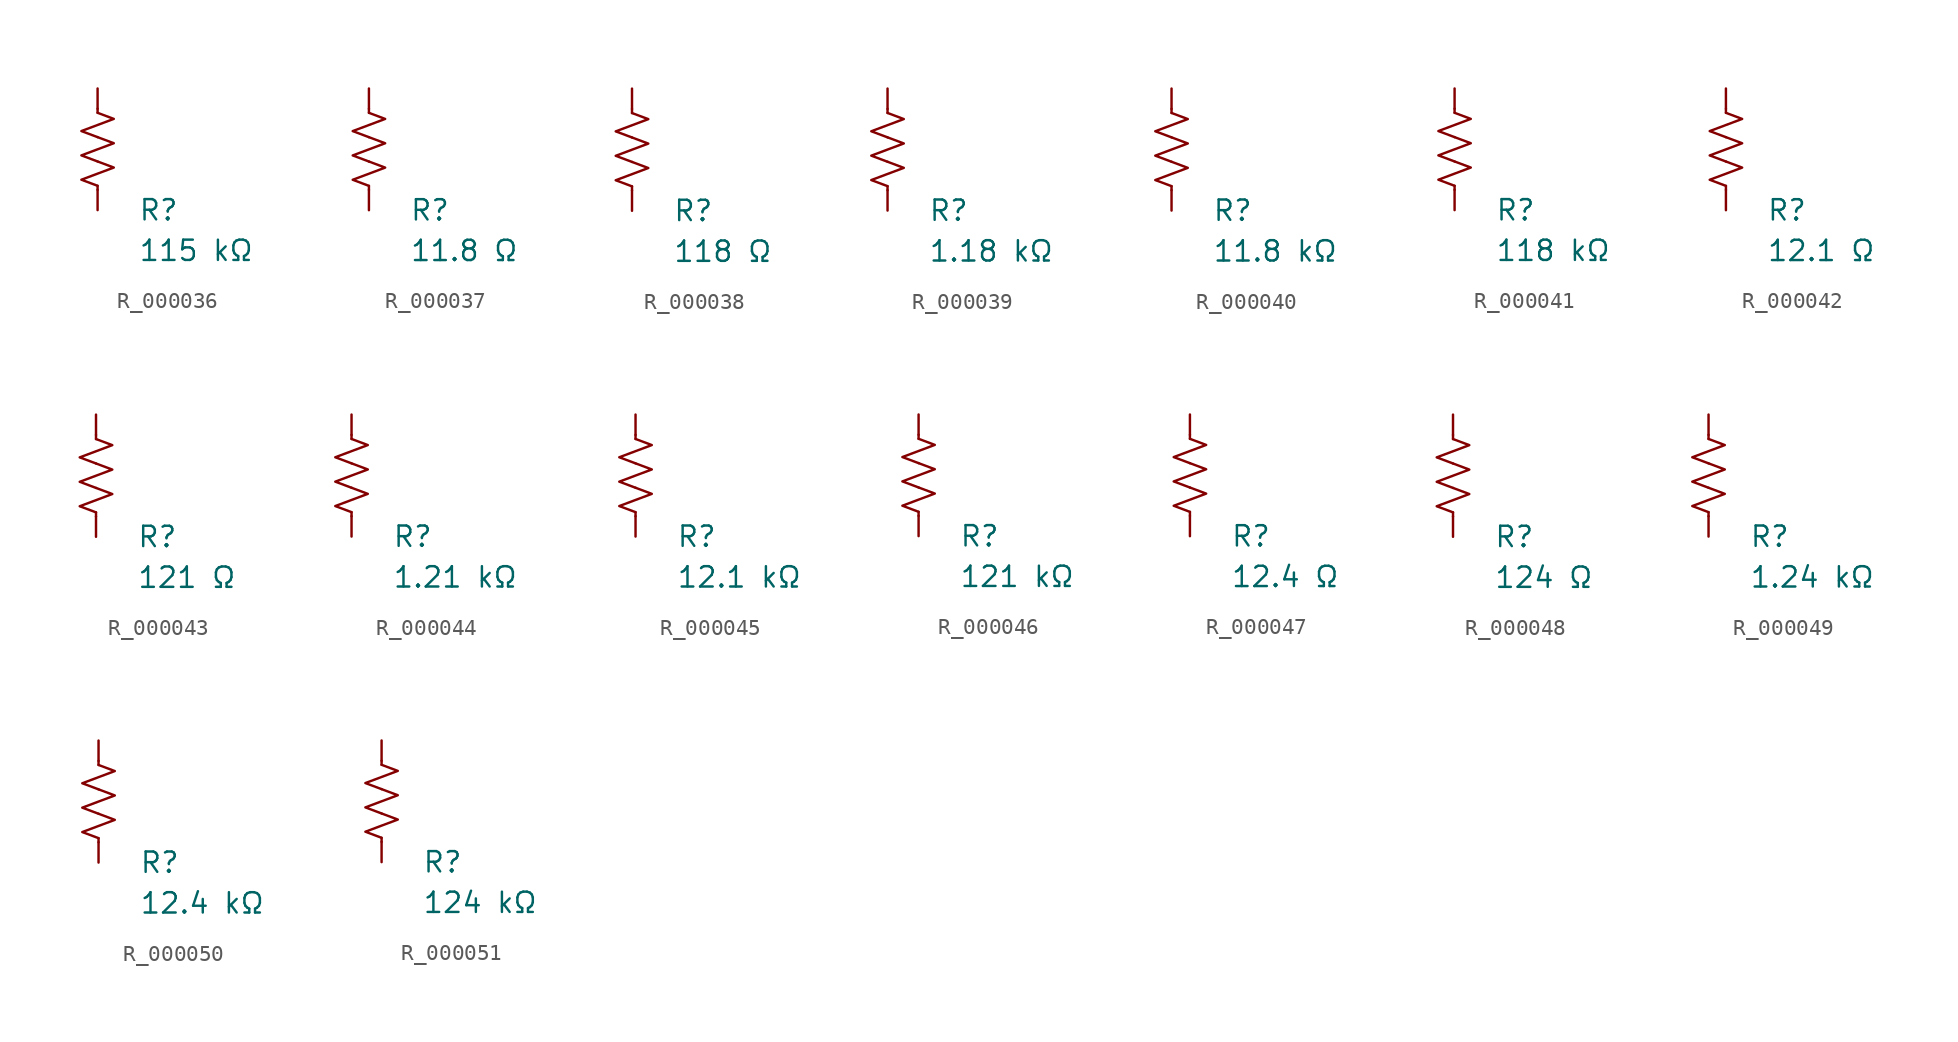
<source format=kicad_sym>
(kicad_symbol_lib
  (version 20231120)
  (generator "kicad_symbol_editor")
  (generator_version "8.0")
  (symbol "R_000036"
    (pin_numbers hide)
    (pin_names
      (offset 0))
    (property "Reference" "R"
      (at 2.54 -3.81 0)
      (effects (font (size 1.27 1.27)) (justify left))
      (show_name no))
    (property "Value" "115 kΩ"
      (at 2.54 -6.35 0)
      (effects (font (size 1.27 1.27)) (justify left))
      (show_name no))
    (symbol "R_000036_0_1"
      (polyline (pts (xy 0 -2.286) (xy 0 -2.54)) (stroke (width 0) (type default)) (fill (type none)))
      (polyline (pts (xy 0 2.286) (xy 0 2.54)) (stroke (width 0) (type default)) (fill (type none)))
      (polyline (pts (xy 0 -0.762) (xy 1.016 -1.143) (xy 0 -1.524) (xy -1.016 -1.905) (xy 0 -2.286)) (stroke (width 0) (type default)) (fill (type none)))
      (polyline (pts (xy 0 0.762) (xy 1.016 0.381) (xy 0 0) (xy -1.016 -0.381) (xy 0 -0.762)) (stroke (width 0) (type default)) (fill (type none)))
      (polyline (pts (xy 0 2.286) (xy 1.016 1.905) (xy 0 1.524) (xy -1.016 1.143) (xy 0 0.762)) (stroke (width 0) (type default)) (fill (type none))))
    (symbol "R_000036_1_1"
      (pin passive line (at 0 3.81 270) (length 1.27) (name "~" (effects (font (size 1.27 1.27)))) (number "1" (effects (font (size 1.27 1.27)))))
      (pin passive line (at 0 -3.81 90) (length 1.27) (name "~" (effects (font (size 1.27 1.27)))) (number "2" (effects (font (size 1.27 1.27)))))))
  (symbol "R_000037"
    (pin_numbers hide)
    (pin_names
      (offset 0))
    (property "Reference" "R"
      (at 2.54 -3.81 0)
      (effects (font (size 1.27 1.27)) (justify left))
      (show_name no))
    (property "Value" "11.8 Ω"
      (at 2.54 -6.35 0)
      (effects (font (size 1.27 1.27)) (justify left))
      (show_name no))
    (symbol "R_000037_0_1"
      (polyline (pts (xy 0 -2.286) (xy 0 -2.54)) (stroke (width 0) (type default)) (fill (type none)))
      (polyline (pts (xy 0 2.286) (xy 0 2.54)) (stroke (width 0) (type default)) (fill (type none)))
      (polyline (pts (xy 0 -0.762) (xy 1.016 -1.143) (xy 0 -1.524) (xy -1.016 -1.905) (xy 0 -2.286)) (stroke (width 0) (type default)) (fill (type none)))
      (polyline (pts (xy 0 0.762) (xy 1.016 0.381) (xy 0 0) (xy -1.016 -0.381) (xy 0 -0.762)) (stroke (width 0) (type default)) (fill (type none)))
      (polyline (pts (xy 0 2.286) (xy 1.016 1.905) (xy 0 1.524) (xy -1.016 1.143) (xy 0 0.762)) (stroke (width 0) (type default)) (fill (type none))))
    (symbol "R_000037_1_1"
      (pin passive line (at 0 3.81 270) (length 1.27) (name "~" (effects (font (size 1.27 1.27)))) (number "1" (effects (font (size 1.27 1.27)))))
      (pin passive line (at 0 -3.81 90) (length 1.27) (name "~" (effects (font (size 1.27 1.27)))) (number "2" (effects (font (size 1.27 1.27)))))))
  (symbol "R_000038"
    (pin_numbers hide)
    (pin_names
      (offset 0))
    (property "Reference" "R"
      (at 2.54 -3.81 0)
      (effects (font (size 1.27 1.27)) (justify left))
      (show_name no))
    (property "Value" "118 Ω"
      (at 2.54 -6.35 0)
      (effects (font (size 1.27 1.27)) (justify left))
      (show_name no))
    (symbol "R_000038_0_1"
      (polyline (pts (xy 0 -2.286) (xy 0 -2.54)) (stroke (width 0) (type default)) (fill (type none)))
      (polyline (pts (xy 0 2.286) (xy 0 2.54)) (stroke (width 0) (type default)) (fill (type none)))
      (polyline (pts (xy 0 -0.762) (xy 1.016 -1.143) (xy 0 -1.524) (xy -1.016 -1.905) (xy 0 -2.286)) (stroke (width 0) (type default)) (fill (type none)))
      (polyline (pts (xy 0 0.762) (xy 1.016 0.381) (xy 0 0) (xy -1.016 -0.381) (xy 0 -0.762)) (stroke (width 0) (type default)) (fill (type none)))
      (polyline (pts (xy 0 2.286) (xy 1.016 1.905) (xy 0 1.524) (xy -1.016 1.143) (xy 0 0.762)) (stroke (width 0) (type default)) (fill (type none))))
    (symbol "R_000038_1_1"
      (pin passive line (at 0 3.81 270) (length 1.27) (name "~" (effects (font (size 1.27 1.27)))) (number "1" (effects (font (size 1.27 1.27)))))
      (pin passive line (at 0 -3.81 90) (length 1.27) (name "~" (effects (font (size 1.27 1.27)))) (number "2" (effects (font (size 1.27 1.27)))))))
  (symbol "R_000039"
    (pin_numbers hide)
    (pin_names
      (offset 0))
    (property "Reference" "R"
      (at 2.54 -3.81 0)
      (effects (font (size 1.27 1.27)) (justify left))
      (show_name no))
    (property "Value" "1.18 kΩ"
      (at 2.54 -6.35 0)
      (effects (font (size 1.27 1.27)) (justify left))
      (show_name no))
    (symbol "R_000039_0_1"
      (polyline (pts (xy 0 -2.286) (xy 0 -2.54)) (stroke (width 0) (type default)) (fill (type none)))
      (polyline (pts (xy 0 2.286) (xy 0 2.54)) (stroke (width 0) (type default)) (fill (type none)))
      (polyline (pts (xy 0 -0.762) (xy 1.016 -1.143) (xy 0 -1.524) (xy -1.016 -1.905) (xy 0 -2.286)) (stroke (width 0) (type default)) (fill (type none)))
      (polyline (pts (xy 0 0.762) (xy 1.016 0.381) (xy 0 0) (xy -1.016 -0.381) (xy 0 -0.762)) (stroke (width 0) (type default)) (fill (type none)))
      (polyline (pts (xy 0 2.286) (xy 1.016 1.905) (xy 0 1.524) (xy -1.016 1.143) (xy 0 0.762)) (stroke (width 0) (type default)) (fill (type none))))
    (symbol "R_000039_1_1"
      (pin passive line (at 0 3.81 270) (length 1.27) (name "~" (effects (font (size 1.27 1.27)))) (number "1" (effects (font (size 1.27 1.27)))))
      (pin passive line (at 0 -3.81 90) (length 1.27) (name "~" (effects (font (size 1.27 1.27)))) (number "2" (effects (font (size 1.27 1.27)))))))
  (symbol "R_000040"
    (pin_numbers hide)
    (pin_names
      (offset 0))
    (property "Reference" "R"
      (at 2.54 -3.81 0)
      (effects (font (size 1.27 1.27)) (justify left))
      (show_name no))
    (property "Value" "11.8 kΩ"
      (at 2.54 -6.35 0)
      (effects (font (size 1.27 1.27)) (justify left))
      (show_name no))
    (symbol "R_000040_0_1"
      (polyline (pts (xy 0 -2.286) (xy 0 -2.54)) (stroke (width 0) (type default)) (fill (type none)))
      (polyline (pts (xy 0 2.286) (xy 0 2.54)) (stroke (width 0) (type default)) (fill (type none)))
      (polyline (pts (xy 0 -0.762) (xy 1.016 -1.143) (xy 0 -1.524) (xy -1.016 -1.905) (xy 0 -2.286)) (stroke (width 0) (type default)) (fill (type none)))
      (polyline (pts (xy 0 0.762) (xy 1.016 0.381) (xy 0 0) (xy -1.016 -0.381) (xy 0 -0.762)) (stroke (width 0) (type default)) (fill (type none)))
      (polyline (pts (xy 0 2.286) (xy 1.016 1.905) (xy 0 1.524) (xy -1.016 1.143) (xy 0 0.762)) (stroke (width 0) (type default)) (fill (type none))))
    (symbol "R_000040_1_1"
      (pin passive line (at 0 3.81 270) (length 1.27) (name "~" (effects (font (size 1.27 1.27)))) (number "1" (effects (font (size 1.27 1.27)))))
      (pin passive line (at 0 -3.81 90) (length 1.27) (name "~" (effects (font (size 1.27 1.27)))) (number "2" (effects (font (size 1.27 1.27)))))))
  (symbol "R_000041"
    (pin_numbers hide)
    (pin_names
      (offset 0))
    (property "Reference" "R"
      (at 2.54 -3.81 0)
      (effects (font (size 1.27 1.27)) (justify left))
      (show_name no))
    (property "Value" "118 kΩ"
      (at 2.54 -6.35 0)
      (effects (font (size 1.27 1.27)) (justify left))
      (show_name no))
    (symbol "R_000041_0_1"
      (polyline (pts (xy 0 -2.286) (xy 0 -2.54)) (stroke (width 0) (type default)) (fill (type none)))
      (polyline (pts (xy 0 2.286) (xy 0 2.54)) (stroke (width 0) (type default)) (fill (type none)))
      (polyline (pts (xy 0 -0.762) (xy 1.016 -1.143) (xy 0 -1.524) (xy -1.016 -1.905) (xy 0 -2.286)) (stroke (width 0) (type default)) (fill (type none)))
      (polyline (pts (xy 0 0.762) (xy 1.016 0.381) (xy 0 0) (xy -1.016 -0.381) (xy 0 -0.762)) (stroke (width 0) (type default)) (fill (type none)))
      (polyline (pts (xy 0 2.286) (xy 1.016 1.905) (xy 0 1.524) (xy -1.016 1.143) (xy 0 0.762)) (stroke (width 0) (type default)) (fill (type none))))
    (symbol "R_000041_1_1"
      (pin passive line (at 0 3.81 270) (length 1.27) (name "~" (effects (font (size 1.27 1.27)))) (number "1" (effects (font (size 1.27 1.27)))))
      (pin passive line (at 0 -3.81 90) (length 1.27) (name "~" (effects (font (size 1.27 1.27)))) (number "2" (effects (font (size 1.27 1.27)))))))
  (symbol "R_000042"
    (pin_numbers hide)
    (pin_names
      (offset 0))
    (property "Reference" "R"
      (at 2.54 -3.81 0)
      (effects (font (size 1.27 1.27)) (justify left))
      (show_name no))
    (property "Value" "12.1 Ω"
      (at 2.54 -6.35 0)
      (effects (font (size 1.27 1.27)) (justify left))
      (show_name no))
    (symbol "R_000042_0_1"
      (polyline (pts (xy 0 -2.286) (xy 0 -2.54)) (stroke (width 0) (type default)) (fill (type none)))
      (polyline (pts (xy 0 2.286) (xy 0 2.54)) (stroke (width 0) (type default)) (fill (type none)))
      (polyline (pts (xy 0 -0.762) (xy 1.016 -1.143) (xy 0 -1.524) (xy -1.016 -1.905) (xy 0 -2.286)) (stroke (width 0) (type default)) (fill (type none)))
      (polyline (pts (xy 0 0.762) (xy 1.016 0.381) (xy 0 0) (xy -1.016 -0.381) (xy 0 -0.762)) (stroke (width 0) (type default)) (fill (type none)))
      (polyline (pts (xy 0 2.286) (xy 1.016 1.905) (xy 0 1.524) (xy -1.016 1.143) (xy 0 0.762)) (stroke (width 0) (type default)) (fill (type none))))
    (symbol "R_000042_1_1"
      (pin passive line (at 0 3.81 270) (length 1.27) (name "~" (effects (font (size 1.27 1.27)))) (number "1" (effects (font (size 1.27 1.27)))))
      (pin passive line (at 0 -3.81 90) (length 1.27) (name "~" (effects (font (size 1.27 1.27)))) (number "2" (effects (font (size 1.27 1.27)))))))
  (symbol "R_000043"
    (pin_numbers hide)
    (pin_names
      (offset 0))
    (property "Reference" "R"
      (at 2.54 -3.81 0)
      (effects (font (size 1.27 1.27)) (justify left))
      (show_name no))
    (property "Value" "121 Ω"
      (at 2.54 -6.35 0)
      (effects (font (size 1.27 1.27)) (justify left))
      (show_name no))
    (symbol "R_000043_0_1"
      (polyline (pts (xy 0 -2.286) (xy 0 -2.54)) (stroke (width 0) (type default)) (fill (type none)))
      (polyline (pts (xy 0 2.286) (xy 0 2.54)) (stroke (width 0) (type default)) (fill (type none)))
      (polyline (pts (xy 0 -0.762) (xy 1.016 -1.143) (xy 0 -1.524) (xy -1.016 -1.905) (xy 0 -2.286)) (stroke (width 0) (type default)) (fill (type none)))
      (polyline (pts (xy 0 0.762) (xy 1.016 0.381) (xy 0 0) (xy -1.016 -0.381) (xy 0 -0.762)) (stroke (width 0) (type default)) (fill (type none)))
      (polyline (pts (xy 0 2.286) (xy 1.016 1.905) (xy 0 1.524) (xy -1.016 1.143) (xy 0 0.762)) (stroke (width 0) (type default)) (fill (type none))))
    (symbol "R_000043_1_1"
      (pin passive line (at 0 3.81 270) (length 1.27) (name "~" (effects (font (size 1.27 1.27)))) (number "1" (effects (font (size 1.27 1.27)))))
      (pin passive line (at 0 -3.81 90) (length 1.27) (name "~" (effects (font (size 1.27 1.27)))) (number "2" (effects (font (size 1.27 1.27)))))))
  (symbol "R_000044"
    (pin_numbers hide)
    (pin_names
      (offset 0))
    (property "Reference" "R"
      (at 2.54 -3.81 0)
      (effects (font (size 1.27 1.27)) (justify left))
      (show_name no))
    (property "Value" "1.21 kΩ"
      (at 2.54 -6.35 0)
      (effects (font (size 1.27 1.27)) (justify left))
      (show_name no))
    (symbol "R_000044_0_1"
      (polyline (pts (xy 0 -2.286) (xy 0 -2.54)) (stroke (width 0) (type default)) (fill (type none)))
      (polyline (pts (xy 0 2.286) (xy 0 2.54)) (stroke (width 0) (type default)) (fill (type none)))
      (polyline (pts (xy 0 -0.762) (xy 1.016 -1.143) (xy 0 -1.524) (xy -1.016 -1.905) (xy 0 -2.286)) (stroke (width 0) (type default)) (fill (type none)))
      (polyline (pts (xy 0 0.762) (xy 1.016 0.381) (xy 0 0) (xy -1.016 -0.381) (xy 0 -0.762)) (stroke (width 0) (type default)) (fill (type none)))
      (polyline (pts (xy 0 2.286) (xy 1.016 1.905) (xy 0 1.524) (xy -1.016 1.143) (xy 0 0.762)) (stroke (width 0) (type default)) (fill (type none))))
    (symbol "R_000044_1_1"
      (pin passive line (at 0 3.81 270) (length 1.27) (name "~" (effects (font (size 1.27 1.27)))) (number "1" (effects (font (size 1.27 1.27)))))
      (pin passive line (at 0 -3.81 90) (length 1.27) (name "~" (effects (font (size 1.27 1.27)))) (number "2" (effects (font (size 1.27 1.27)))))))
  (symbol "R_000045"
    (pin_numbers hide)
    (pin_names
      (offset 0))
    (property "Reference" "R"
      (at 2.54 -3.81 0)
      (effects (font (size 1.27 1.27)) (justify left))
      (show_name no))
    (property "Value" "12.1 kΩ"
      (at 2.54 -6.35 0)
      (effects (font (size 1.27 1.27)) (justify left))
      (show_name no))
    (symbol "R_000045_0_1"
      (polyline (pts (xy 0 -2.286) (xy 0 -2.54)) (stroke (width 0) (type default)) (fill (type none)))
      (polyline (pts (xy 0 2.286) (xy 0 2.54)) (stroke (width 0) (type default)) (fill (type none)))
      (polyline (pts (xy 0 -0.762) (xy 1.016 -1.143) (xy 0 -1.524) (xy -1.016 -1.905) (xy 0 -2.286)) (stroke (width 0) (type default)) (fill (type none)))
      (polyline (pts (xy 0 0.762) (xy 1.016 0.381) (xy 0 0) (xy -1.016 -0.381) (xy 0 -0.762)) (stroke (width 0) (type default)) (fill (type none)))
      (polyline (pts (xy 0 2.286) (xy 1.016 1.905) (xy 0 1.524) (xy -1.016 1.143) (xy 0 0.762)) (stroke (width 0) (type default)) (fill (type none))))
    (symbol "R_000045_1_1"
      (pin passive line (at 0 3.81 270) (length 1.27) (name "~" (effects (font (size 1.27 1.27)))) (number "1" (effects (font (size 1.27 1.27)))))
      (pin passive line (at 0 -3.81 90) (length 1.27) (name "~" (effects (font (size 1.27 1.27)))) (number "2" (effects (font (size 1.27 1.27)))))))
  (symbol "R_000046"
    (pin_numbers hide)
    (pin_names
      (offset 0))
    (property "Reference" "R"
      (at 2.54 -3.81 0)
      (effects (font (size 1.27 1.27)) (justify left))
      (show_name no))
    (property "Value" "121 kΩ"
      (at 2.54 -6.35 0)
      (effects (font (size 1.27 1.27)) (justify left))
      (show_name no))
    (symbol "R_000046_0_1"
      (polyline (pts (xy 0 -2.286) (xy 0 -2.54)) (stroke (width 0) (type default)) (fill (type none)))
      (polyline (pts (xy 0 2.286) (xy 0 2.54)) (stroke (width 0) (type default)) (fill (type none)))
      (polyline (pts (xy 0 -0.762) (xy 1.016 -1.143) (xy 0 -1.524) (xy -1.016 -1.905) (xy 0 -2.286)) (stroke (width 0) (type default)) (fill (type none)))
      (polyline (pts (xy 0 0.762) (xy 1.016 0.381) (xy 0 0) (xy -1.016 -0.381) (xy 0 -0.762)) (stroke (width 0) (type default)) (fill (type none)))
      (polyline (pts (xy 0 2.286) (xy 1.016 1.905) (xy 0 1.524) (xy -1.016 1.143) (xy 0 0.762)) (stroke (width 0) (type default)) (fill (type none))))
    (symbol "R_000046_1_1"
      (pin passive line (at 0 3.81 270) (length 1.27) (name "~" (effects (font (size 1.27 1.27)))) (number "1" (effects (font (size 1.27 1.27)))))
      (pin passive line (at 0 -3.81 90) (length 1.27) (name "~" (effects (font (size 1.27 1.27)))) (number "2" (effects (font (size 1.27 1.27)))))))
  (symbol "R_000047"
    (pin_numbers hide)
    (pin_names
      (offset 0))
    (property "Reference" "R"
      (at 2.54 -3.81 0)
      (effects (font (size 1.27 1.27)) (justify left))
      (show_name no))
    (property "Value" "12.4 Ω"
      (at 2.54 -6.35 0)
      (effects (font (size 1.27 1.27)) (justify left))
      (show_name no))
    (symbol "R_000047_0_1"
      (polyline (pts (xy 0 -2.286) (xy 0 -2.54)) (stroke (width 0) (type default)) (fill (type none)))
      (polyline (pts (xy 0 2.286) (xy 0 2.54)) (stroke (width 0) (type default)) (fill (type none)))
      (polyline (pts (xy 0 -0.762) (xy 1.016 -1.143) (xy 0 -1.524) (xy -1.016 -1.905) (xy 0 -2.286)) (stroke (width 0) (type default)) (fill (type none)))
      (polyline (pts (xy 0 0.762) (xy 1.016 0.381) (xy 0 0) (xy -1.016 -0.381) (xy 0 -0.762)) (stroke (width 0) (type default)) (fill (type none)))
      (polyline (pts (xy 0 2.286) (xy 1.016 1.905) (xy 0 1.524) (xy -1.016 1.143) (xy 0 0.762)) (stroke (width 0) (type default)) (fill (type none))))
    (symbol "R_000047_1_1"
      (pin passive line (at 0 3.81 270) (length 1.27) (name "~" (effects (font (size 1.27 1.27)))) (number "1" (effects (font (size 1.27 1.27)))))
      (pin passive line (at 0 -3.81 90) (length 1.27) (name "~" (effects (font (size 1.27 1.27)))) (number "2" (effects (font (size 1.27 1.27)))))))
  (symbol "R_000048"
    (pin_numbers hide)
    (pin_names
      (offset 0))
    (property "Reference" "R"
      (at 2.54 -3.81 0)
      (effects (font (size 1.27 1.27)) (justify left))
      (show_name no))
    (property "Value" "124 Ω"
      (at 2.54 -6.35 0)
      (effects (font (size 1.27 1.27)) (justify left))
      (show_name no))
    (symbol "R_000048_0_1"
      (polyline (pts (xy 0 -2.286) (xy 0 -2.54)) (stroke (width 0) (type default)) (fill (type none)))
      (polyline (pts (xy 0 2.286) (xy 0 2.54)) (stroke (width 0) (type default)) (fill (type none)))
      (polyline (pts (xy 0 -0.762) (xy 1.016 -1.143) (xy 0 -1.524) (xy -1.016 -1.905) (xy 0 -2.286)) (stroke (width 0) (type default)) (fill (type none)))
      (polyline (pts (xy 0 0.762) (xy 1.016 0.381) (xy 0 0) (xy -1.016 -0.381) (xy 0 -0.762)) (stroke (width 0) (type default)) (fill (type none)))
      (polyline (pts (xy 0 2.286) (xy 1.016 1.905) (xy 0 1.524) (xy -1.016 1.143) (xy 0 0.762)) (stroke (width 0) (type default)) (fill (type none))))
    (symbol "R_000048_1_1"
      (pin passive line (at 0 3.81 270) (length 1.27) (name "~" (effects (font (size 1.27 1.27)))) (number "1" (effects (font (size 1.27 1.27)))))
      (pin passive line (at 0 -3.81 90) (length 1.27) (name "~" (effects (font (size 1.27 1.27)))) (number "2" (effects (font (size 1.27 1.27)))))))
  (symbol "R_000049"
    (pin_numbers hide)
    (pin_names
      (offset 0))
    (property "Reference" "R"
      (at 2.54 -3.81 0)
      (effects (font (size 1.27 1.27)) (justify left))
      (show_name no))
    (property "Value" "1.24 kΩ"
      (at 2.54 -6.35 0)
      (effects (font (size 1.27 1.27)) (justify left))
      (show_name no))
    (symbol "R_000049_0_1"
      (polyline (pts (xy 0 -2.286) (xy 0 -2.54)) (stroke (width 0) (type default)) (fill (type none)))
      (polyline (pts (xy 0 2.286) (xy 0 2.54)) (stroke (width 0) (type default)) (fill (type none)))
      (polyline (pts (xy 0 -0.762) (xy 1.016 -1.143) (xy 0 -1.524) (xy -1.016 -1.905) (xy 0 -2.286)) (stroke (width 0) (type default)) (fill (type none)))
      (polyline (pts (xy 0 0.762) (xy 1.016 0.381) (xy 0 0) (xy -1.016 -0.381) (xy 0 -0.762)) (stroke (width 0) (type default)) (fill (type none)))
      (polyline (pts (xy 0 2.286) (xy 1.016 1.905) (xy 0 1.524) (xy -1.016 1.143) (xy 0 0.762)) (stroke (width 0) (type default)) (fill (type none))))
    (symbol "R_000049_1_1"
      (pin passive line (at 0 3.81 270) (length 1.27) (name "~" (effects (font (size 1.27 1.27)))) (number "1" (effects (font (size 1.27 1.27)))))
      (pin passive line (at 0 -3.81 90) (length 1.27) (name "~" (effects (font (size 1.27 1.27)))) (number "2" (effects (font (size 1.27 1.27)))))))
  (symbol "R_000050"
    (pin_numbers hide)
    (pin_names
      (offset 0))
    (property "Reference" "R"
      (at 2.54 -3.81 0)
      (effects (font (size 1.27 1.27)) (justify left))
      (show_name no))
    (property "Value" "12.4 kΩ"
      (at 2.54 -6.35 0)
      (effects (font (size 1.27 1.27)) (justify left))
      (show_name no))
    (symbol "R_000050_0_1"
      (polyline (pts (xy 0 -2.286) (xy 0 -2.54)) (stroke (width 0) (type default)) (fill (type none)))
      (polyline (pts (xy 0 2.286) (xy 0 2.54)) (stroke (width 0) (type default)) (fill (type none)))
      (polyline (pts (xy 0 -0.762) (xy 1.016 -1.143) (xy 0 -1.524) (xy -1.016 -1.905) (xy 0 -2.286)) (stroke (width 0) (type default)) (fill (type none)))
      (polyline (pts (xy 0 0.762) (xy 1.016 0.381) (xy 0 0) (xy -1.016 -0.381) (xy 0 -0.762)) (stroke (width 0) (type default)) (fill (type none)))
      (polyline (pts (xy 0 2.286) (xy 1.016 1.905) (xy 0 1.524) (xy -1.016 1.143) (xy 0 0.762)) (stroke (width 0) (type default)) (fill (type none))))
    (symbol "R_000050_1_1"
      (pin passive line (at 0 3.81 270) (length 1.27) (name "~" (effects (font (size 1.27 1.27)))) (number "1" (effects (font (size 1.27 1.27)))))
      (pin passive line (at 0 -3.81 90) (length 1.27) (name "~" (effects (font (size 1.27 1.27)))) (number "2" (effects (font (size 1.27 1.27)))))))
  (symbol "R_000051"
    (pin_numbers hide)
    (pin_names
      (offset 0))
    (property "Reference" "R"
      (at 2.54 -3.81 0)
      (effects (font (size 1.27 1.27)) (justify left))
      (show_name no))
    (property "Value" "124 kΩ"
      (at 2.54 -6.35 0)
      (effects (font (size 1.27 1.27)) (justify left))
      (show_name no))
    (symbol "R_000051_0_1"
      (polyline (pts (xy 0 -2.286) (xy 0 -2.54)) (stroke (width 0) (type default)) (fill (type none)))
      (polyline (pts (xy 0 2.286) (xy 0 2.54)) (stroke (width 0) (type default)) (fill (type none)))
      (polyline (pts (xy 0 -0.762) (xy 1.016 -1.143) (xy 0 -1.524) (xy -1.016 -1.905) (xy 0 -2.286)) (stroke (width 0) (type default)) (fill (type none)))
      (polyline (pts (xy 0 0.762) (xy 1.016 0.381) (xy 0 0) (xy -1.016 -0.381) (xy 0 -0.762)) (stroke (width 0) (type default)) (fill (type none)))
      (polyline (pts (xy 0 2.286) (xy 1.016 1.905) (xy 0 1.524) (xy -1.016 1.143) (xy 0 0.762)) (stroke (width 0) (type default)) (fill (type none))))
    (symbol "R_000051_1_1"
      (pin passive line (at 0 3.81 270) (length 1.27) (name "~" (effects (font (size 1.27 1.27)))) (number "1" (effects (font (size 1.27 1.27)))))
      (pin passive line (at 0 -3.81 90) (length 1.27) (name "~" (effects (font (size 1.27 1.27)))) (number "2" (effects (font (size 1.27 1.27))))))))
</source>
